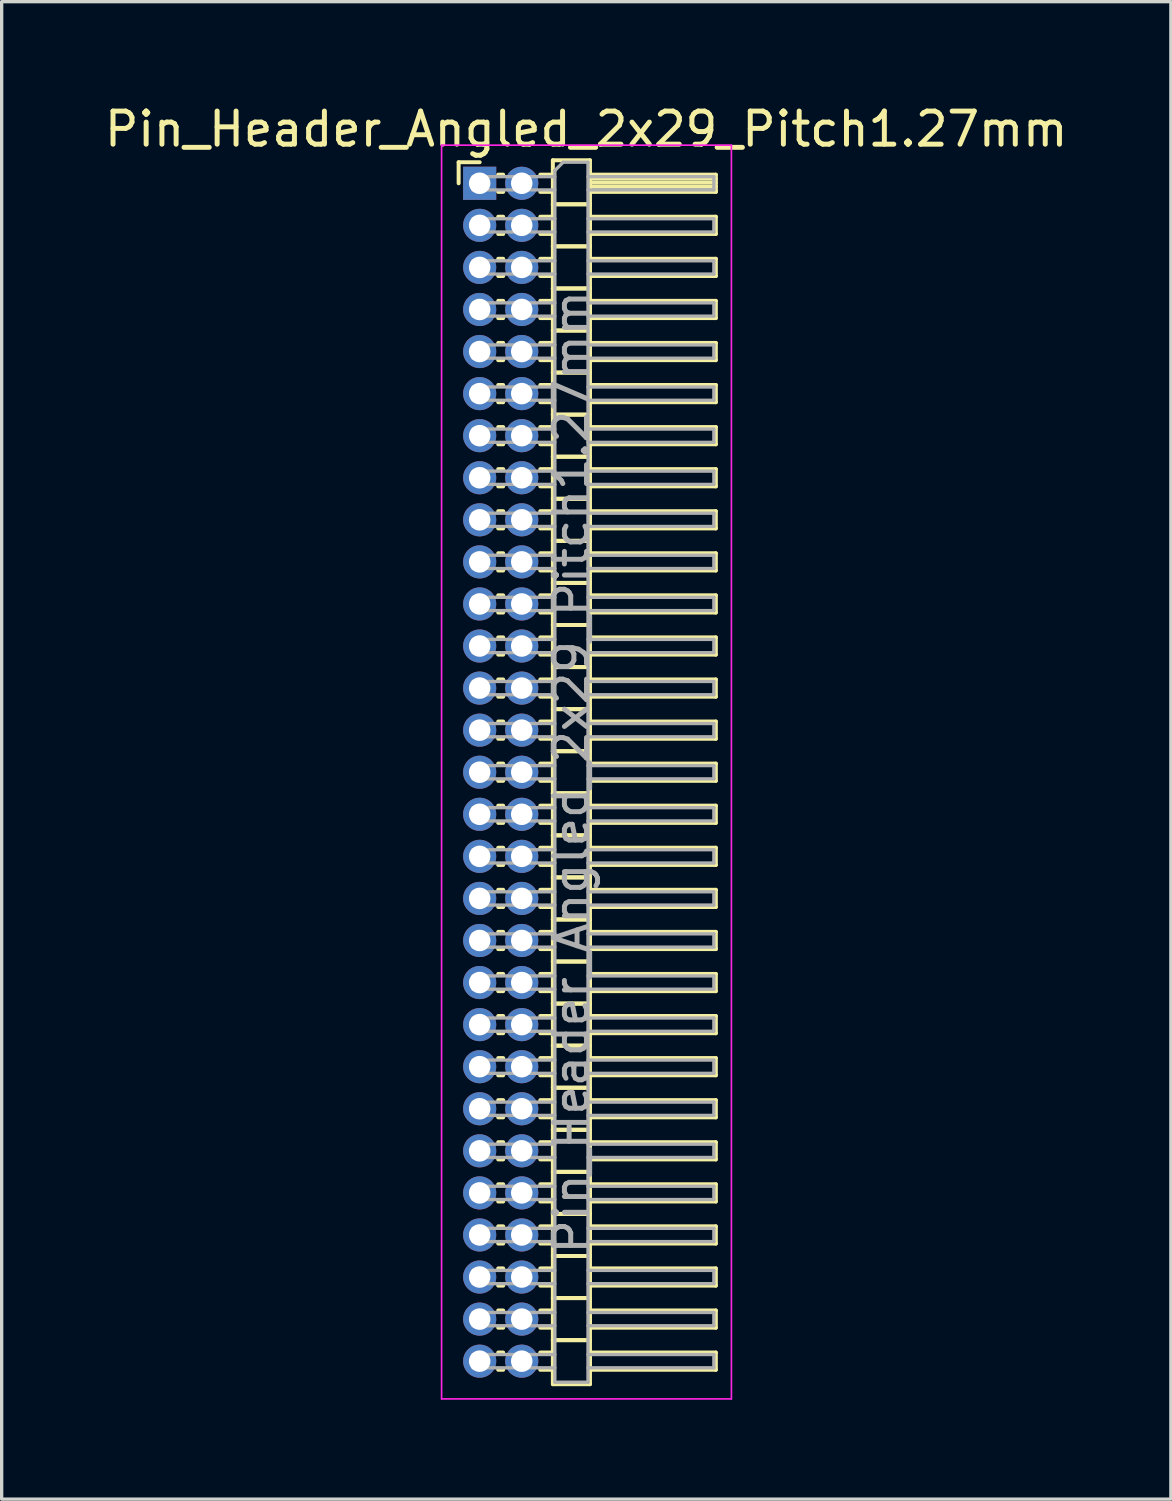
<source format=kicad_pcb>
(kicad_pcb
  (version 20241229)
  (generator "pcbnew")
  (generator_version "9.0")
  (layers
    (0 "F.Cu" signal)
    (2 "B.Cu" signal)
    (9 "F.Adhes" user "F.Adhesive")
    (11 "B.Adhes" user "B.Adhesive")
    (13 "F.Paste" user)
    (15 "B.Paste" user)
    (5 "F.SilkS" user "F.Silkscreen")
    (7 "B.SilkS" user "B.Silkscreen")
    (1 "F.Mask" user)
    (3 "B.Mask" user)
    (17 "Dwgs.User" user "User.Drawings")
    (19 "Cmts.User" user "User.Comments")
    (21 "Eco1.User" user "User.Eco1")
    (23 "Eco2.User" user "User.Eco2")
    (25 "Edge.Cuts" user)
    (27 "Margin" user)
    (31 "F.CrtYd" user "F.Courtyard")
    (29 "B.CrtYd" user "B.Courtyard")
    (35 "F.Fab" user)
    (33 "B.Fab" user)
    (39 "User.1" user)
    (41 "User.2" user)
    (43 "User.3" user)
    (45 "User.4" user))
  (footprint "Pin_Header_Angled_2x29_Pitch1.27mm"
    (layer "F.Cu")
    (at 11.431 2.483)
    (property "Reference" "Pin_Header_Angled_2x29_Pitch1.27mm" (at 3.217 -1.635 0) (layer "F.SilkS") (effects (font (size 1 1) (thickness 0.15))))
    (attr through_hole)
    (fp_line (start -0.635 -0.635) (end 0 -0.635) (stroke (width 0.12) (type solid)) (layer "F.SilkS"))
    (fp_line (start -0.635 0) (end -0.635 -0.635) (stroke (width 0.12) (type solid)) (layer "F.SilkS"))
    (fp_line (start 0.56 -0.26) (end 0.71 -0.26) (stroke (width 0.12) (type solid)) (layer "F.SilkS"))
    (fp_line (start 0.56 0.26) (end 0.71 0.26) (stroke (width 0.12) (type solid)) (layer "F.SilkS"))
    (fp_line (start 0.56 1.01) (end 0.71 1.01) (stroke (width 0.12) (type solid)) (layer "F.SilkS"))
    (fp_line (start 0.56 1.53) (end 0.71 1.53) (stroke (width 0.12) (type solid)) (layer "F.SilkS"))
    (fp_line (start 0.56 2.28) (end 0.71 2.28) (stroke (width 0.12) (type solid)) (layer "F.SilkS"))
    (fp_line (start 0.56 2.8) (end 0.71 2.8) (stroke (width 0.12) (type solid)) (layer "F.SilkS"))
    (fp_line (start 0.56 3.55) (end 0.71 3.55) (stroke (width 0.12) (type solid)) (layer "F.SilkS"))
    (fp_line (start 0.56 4.07) (end 0.71 4.07) (stroke (width 0.12) (type solid)) (layer "F.SilkS"))
    (fp_line (start 0.56 4.82) (end 0.71 4.82) (stroke (width 0.12) (type solid)) (layer "F.SilkS"))
    (fp_line (start 0.56 5.34) (end 0.71 5.34) (stroke (width 0.12) (type solid)) (layer "F.SilkS"))
    (fp_line (start 0.56 6.09) (end 0.71 6.09) (stroke (width 0.12) (type solid)) (layer "F.SilkS"))
    (fp_line (start 0.56 6.61) (end 0.71 6.61) (stroke (width 0.12) (type solid)) (layer "F.SilkS"))
    (fp_line (start 0.56 7.36) (end 0.71 7.36) (stroke (width 0.12) (type solid)) (layer "F.SilkS"))
    (fp_line (start 0.56 7.88) (end 0.71 7.88) (stroke (width 0.12) (type solid)) (layer "F.SilkS"))
    (fp_line (start 0.56 8.63) (end 0.71 8.63) (stroke (width 0.12) (type solid)) (layer "F.SilkS"))
    (fp_line (start 0.56 9.15) (end 0.71 9.15) (stroke (width 0.12) (type solid)) (layer "F.SilkS"))
    (fp_line (start 0.56 9.9) (end 0.71 9.9) (stroke (width 0.12) (type solid)) (layer "F.SilkS"))
    (fp_line (start 0.56 10.42) (end 0.71 10.42) (stroke (width 0.12) (type solid)) (layer "F.SilkS"))
    (fp_line (start 0.56 11.17) (end 0.71 11.17) (stroke (width 0.12) (type solid)) (layer "F.SilkS"))
    (fp_line (start 0.56 11.69) (end 0.71 11.69) (stroke (width 0.12) (type solid)) (layer "F.SilkS"))
    (fp_line (start 0.56 12.44) (end 0.71 12.44) (stroke (width 0.12) (type solid)) (layer "F.SilkS"))
    (fp_line (start 0.56 12.96) (end 0.71 12.96) (stroke (width 0.12) (type solid)) (layer "F.SilkS"))
    (fp_line (start 0.56 13.71) (end 0.71 13.71) (stroke (width 0.12) (type solid)) (layer "F.SilkS"))
    (fp_line (start 0.56 14.23) (end 0.71 14.23) (stroke (width 0.12) (type solid)) (layer "F.SilkS"))
    (fp_line (start 0.56 14.98) (end 0.71 14.98) (stroke (width 0.12) (type solid)) (layer "F.SilkS"))
    (fp_line (start 0.56 15.5) (end 0.71 15.5) (stroke (width 0.12) (type solid)) (layer "F.SilkS"))
    (fp_line (start 0.56 16.25) (end 0.71 16.25) (stroke (width 0.12) (type solid)) (layer "F.SilkS"))
    (fp_line (start 0.56 16.77) (end 0.71 16.77) (stroke (width 0.12) (type solid)) (layer "F.SilkS"))
    (fp_line (start 0.56 17.52) (end 0.71 17.52) (stroke (width 0.12) (type solid)) (layer "F.SilkS"))
    (fp_line (start 0.56 18.04) (end 0.71 18.04) (stroke (width 0.12) (type solid)) (layer "F.SilkS"))
    (fp_line (start 0.56 18.79) (end 0.71 18.79) (stroke (width 0.12) (type solid)) (layer "F.SilkS"))
    (fp_line (start 0.56 19.31) (end 0.71 19.31) (stroke (width 0.12) (type solid)) (layer "F.SilkS"))
    (fp_line (start 0.56 20.06) (end 0.71 20.06) (stroke (width 0.12) (type solid)) (layer "F.SilkS"))
    (fp_line (start 0.56 20.58) (end 0.71 20.58) (stroke (width 0.12) (type solid)) (layer "F.SilkS"))
    (fp_line (start 0.56 21.33) (end 0.71 21.33) (stroke (width 0.12) (type solid)) (layer "F.SilkS"))
    (fp_line (start 0.56 21.85) (end 0.71 21.85) (stroke (width 0.12) (type solid)) (layer "F.SilkS"))
    (fp_line (start 0.56 22.6) (end 0.71 22.6) (stroke (width 0.12) (type solid)) (layer "F.SilkS"))
    (fp_line (start 0.56 23.12) (end 0.71 23.12) (stroke (width 0.12) (type solid)) (layer "F.SilkS"))
    (fp_line (start 0.56 23.87) (end 0.71 23.87) (stroke (width 0.12) (type solid)) (layer "F.SilkS"))
    (fp_line (start 0.56 24.39) (end 0.71 24.39) (stroke (width 0.12) (type solid)) (layer "F.SilkS"))
    (fp_line (start 0.56 25.14) (end 0.71 25.14) (stroke (width 0.12) (type solid)) (layer "F.SilkS"))
    (fp_line (start 0.56 25.66) (end 0.71 25.66) (stroke (width 0.12) (type solid)) (layer "F.SilkS"))
    (fp_line (start 0.56 26.41) (end 0.71 26.41) (stroke (width 0.12) (type solid)) (layer "F.SilkS"))
    (fp_line (start 0.56 26.93) (end 0.71 26.93) (stroke (width 0.12) (type solid)) (layer "F.SilkS"))
    (fp_line (start 0.56 27.68) (end 0.71 27.68) (stroke (width 0.12) (type solid)) (layer "F.SilkS"))
    (fp_line (start 0.56 28.2) (end 0.71 28.2) (stroke (width 0.12) (type solid)) (layer "F.SilkS"))
    (fp_line (start 0.56 28.95) (end 0.71 28.95) (stroke (width 0.12) (type solid)) (layer "F.SilkS"))
    (fp_line (start 0.56 29.47) (end 0.71 29.47) (stroke (width 0.12) (type solid)) (layer "F.SilkS"))
    (fp_line (start 0.56 30.22) (end 0.71 30.22) (stroke (width 0.12) (type solid)) (layer "F.SilkS"))
    (fp_line (start 0.56 30.74) (end 0.71 30.74) (stroke (width 0.12) (type solid)) (layer "F.SilkS"))
    (fp_line (start 0.56 31.49) (end 0.71 31.49) (stroke (width 0.12) (type solid)) (layer "F.SilkS"))
    (fp_line (start 0.56 32.01) (end 0.71 32.01) (stroke (width 0.12) (type solid)) (layer "F.SilkS"))
    (fp_line (start 0.56 32.76) (end 0.71 32.76) (stroke (width 0.12) (type solid)) (layer "F.SilkS"))
    (fp_line (start 0.56 33.28) (end 0.71 33.28) (stroke (width 0.12) (type solid)) (layer "F.SilkS"))
    (fp_line (start 0.56 34.03) (end 0.71 34.03) (stroke (width 0.12) (type solid)) (layer "F.SilkS"))
    (fp_line (start 0.56 34.55) (end 0.71 34.55) (stroke (width 0.12) (type solid)) (layer "F.SilkS"))
    (fp_line (start 0.56 35.3) (end 0.71 35.3) (stroke (width 0.12) (type solid)) (layer "F.SilkS"))
    (fp_line (start 0.56 35.82) (end 0.71 35.82) (stroke (width 0.12) (type solid)) (layer "F.SilkS"))
    (fp_line (start 1.83 -0.26) (end 2.21 -0.26) (stroke (width 0.12) (type solid)) (layer "F.SilkS"))
    (fp_line (start 1.83 0.26) (end 2.21 0.26) (stroke (width 0.12) (type solid)) (layer "F.SilkS"))
    (fp_line (start 1.83 1.01) (end 2.21 1.01) (stroke (width 0.12) (type solid)) (layer "F.SilkS"))
    (fp_line (start 1.83 1.53) (end 2.21 1.53) (stroke (width 0.12) (type solid)) (layer "F.SilkS"))
    (fp_line (start 1.83 2.28) (end 2.21 2.28) (stroke (width 0.12) (type solid)) (layer "F.SilkS"))
    (fp_line (start 1.83 2.8) (end 2.21 2.8) (stroke (width 0.12) (type solid)) (layer "F.SilkS"))
    (fp_line (start 1.83 3.55) (end 2.21 3.55) (stroke (width 0.12) (type solid)) (layer "F.SilkS"))
    (fp_line (start 1.83 4.07) (end 2.21 4.07) (stroke (width 0.12) (type solid)) (layer "F.SilkS"))
    (fp_line (start 1.83 4.82) (end 2.21 4.82) (stroke (width 0.12) (type solid)) (layer "F.SilkS"))
    (fp_line (start 1.83 5.34) (end 2.21 5.34) (stroke (width 0.12) (type solid)) (layer "F.SilkS"))
    (fp_line (start 1.83 6.09) (end 2.21 6.09) (stroke (width 0.12) (type solid)) (layer "F.SilkS"))
    (fp_line (start 1.83 6.61) (end 2.21 6.61) (stroke (width 0.12) (type solid)) (layer "F.SilkS"))
    (fp_line (start 1.83 7.36) (end 2.21 7.36) (stroke (width 0.12) (type solid)) (layer "F.SilkS"))
    (fp_line (start 1.83 7.88) (end 2.21 7.88) (stroke (width 0.12) (type solid)) (layer "F.SilkS"))
    (fp_line (start 1.83 8.63) (end 2.21 8.63) (stroke (width 0.12) (type solid)) (layer "F.SilkS"))
    (fp_line (start 1.83 9.15) (end 2.21 9.15) (stroke (width 0.12) (type solid)) (layer "F.SilkS"))
    (fp_line (start 1.83 9.9) (end 2.21 9.9) (stroke (width 0.12) (type solid)) (layer "F.SilkS"))
    (fp_line (start 1.83 10.42) (end 2.21 10.42) (stroke (width 0.12) (type solid)) (layer "F.SilkS"))
    (fp_line (start 1.83 11.17) (end 2.21 11.17) (stroke (width 0.12) (type solid)) (layer "F.SilkS"))
    (fp_line (start 1.83 11.69) (end 2.21 11.69) (stroke (width 0.12) (type solid)) (layer "F.SilkS"))
    (fp_line (start 1.83 12.44) (end 2.21 12.44) (stroke (width 0.12) (type solid)) (layer "F.SilkS"))
    (fp_line (start 1.83 12.96) (end 2.21 12.96) (stroke (width 0.12) (type solid)) (layer "F.SilkS"))
    (fp_line (start 1.83 13.71) (end 2.21 13.71) (stroke (width 0.12) (type solid)) (layer "F.SilkS"))
    (fp_line (start 1.83 14.23) (end 2.21 14.23) (stroke (width 0.12) (type solid)) (layer "F.SilkS"))
    (fp_line (start 1.83 14.98) (end 2.21 14.98) (stroke (width 0.12) (type solid)) (layer "F.SilkS"))
    (fp_line (start 1.83 15.5) (end 2.21 15.5) (stroke (width 0.12) (type solid)) (layer "F.SilkS"))
    (fp_line (start 1.83 16.25) (end 2.21 16.25) (stroke (width 0.12) (type solid)) (layer "F.SilkS"))
    (fp_line (start 1.83 16.77) (end 2.21 16.77) (stroke (width 0.12) (type solid)) (layer "F.SilkS"))
    (fp_line (start 1.83 17.52) (end 2.21 17.52) (stroke (width 0.12) (type solid)) (layer "F.SilkS"))
    (fp_line (start 1.83 18.04) (end 2.21 18.04) (stroke (width 0.12) (type solid)) (layer "F.SilkS"))
    (fp_line (start 1.83 18.79) (end 2.21 18.79) (stroke (width 0.12) (type solid)) (layer "F.SilkS"))
    (fp_line (start 1.83 19.31) (end 2.21 19.31) (stroke (width 0.12) (type solid)) (layer "F.SilkS"))
    (fp_line (start 1.83 20.06) (end 2.21 20.06) (stroke (width 0.12) (type solid)) (layer "F.SilkS"))
    (fp_line (start 1.83 20.58) (end 2.21 20.58) (stroke (width 0.12) (type solid)) (layer "F.SilkS"))
    (fp_line (start 1.83 21.33) (end 2.21 21.33) (stroke (width 0.12) (type solid)) (layer "F.SilkS"))
    (fp_line (start 1.83 21.85) (end 2.21 21.85) (stroke (width 0.12) (type solid)) (layer "F.SilkS"))
    (fp_line (start 1.83 22.6) (end 2.21 22.6) (stroke (width 0.12) (type solid)) (layer "F.SilkS"))
    (fp_line (start 1.83 23.12) (end 2.21 23.12) (stroke (width 0.12) (type solid)) (layer "F.SilkS"))
    (fp_line (start 1.83 23.87) (end 2.21 23.87) (stroke (width 0.12) (type solid)) (layer "F.SilkS"))
    (fp_line (start 1.83 24.39) (end 2.21 24.39) (stroke (width 0.12) (type solid)) (layer "F.SilkS"))
    (fp_line (start 1.83 25.14) (end 2.21 25.14) (stroke (width 0.12) (type solid)) (layer "F.SilkS"))
    (fp_line (start 1.83 25.66) (end 2.21 25.66) (stroke (width 0.12) (type solid)) (layer "F.SilkS"))
    (fp_line (start 1.83 26.41) (end 2.21 26.41) (stroke (width 0.12) (type solid)) (layer "F.SilkS"))
    (fp_line (start 1.83 26.93) (end 2.21 26.93) (stroke (width 0.12) (type solid)) (layer "F.SilkS"))
    (fp_line (start 1.83 27.68) (end 2.21 27.68) (stroke (width 0.12) (type solid)) (layer "F.SilkS"))
    (fp_line (start 1.83 28.2) (end 2.21 28.2) (stroke (width 0.12) (type solid)) (layer "F.SilkS"))
    (fp_line (start 1.83 28.95) (end 2.21 28.95) (stroke (width 0.12) (type solid)) (layer "F.SilkS"))
    (fp_line (start 1.83 29.47) (end 2.21 29.47) (stroke (width 0.12) (type solid)) (layer "F.SilkS"))
    (fp_line (start 1.83 30.22) (end 2.21 30.22) (stroke (width 0.12) (type solid)) (layer "F.SilkS"))
    (fp_line (start 1.83 30.74) (end 2.21 30.74) (stroke (width 0.12) (type solid)) (layer "F.SilkS"))
    (fp_line (start 1.83 31.49) (end 2.21 31.49) (stroke (width 0.12) (type solid)) (layer "F.SilkS"))
    (fp_line (start 1.83 32.01) (end 2.21 32.01) (stroke (width 0.12) (type solid)) (layer "F.SilkS"))
    (fp_line (start 1.83 32.76) (end 2.21 32.76) (stroke (width 0.12) (type solid)) (layer "F.SilkS"))
    (fp_line (start 1.83 33.28) (end 2.21 33.28) (stroke (width 0.12) (type solid)) (layer "F.SilkS"))
    (fp_line (start 1.83 34.03) (end 2.21 34.03) (stroke (width 0.12) (type solid)) (layer "F.SilkS"))
    (fp_line (start 1.83 34.55) (end 2.21 34.55) (stroke (width 0.12) (type solid)) (layer "F.SilkS"))
    (fp_line (start 1.83 35.3) (end 2.21 35.3) (stroke (width 0.12) (type solid)) (layer "F.SilkS"))
    (fp_line (start 1.83 35.82) (end 2.21 35.82) (stroke (width 0.12) (type solid)) (layer "F.SilkS"))
    (fp_line (start 2.21 -0.695) (end 2.21 0.635) (stroke (width 0.12) (type solid)) (layer "F.SilkS"))
    (fp_line (start 2.21 0.635) (end 2.21 1.905) (stroke (width 0.12) (type solid)) (layer "F.SilkS"))
    (fp_line (start 2.21 0.635) (end 3.33 0.635) (stroke (width 0.12) (type solid)) (layer "F.SilkS"))
    (fp_line (start 2.21 1.905) (end 2.21 3.175) (stroke (width 0.12) (type solid)) (layer "F.SilkS"))
    (fp_line (start 2.21 1.905) (end 3.33 1.905) (stroke (width 0.12) (type solid)) (layer "F.SilkS"))
    (fp_line (start 2.21 3.175) (end 2.21 4.445) (stroke (width 0.12) (type solid)) (layer "F.SilkS"))
    (fp_line (start 2.21 3.175) (end 3.33 3.175) (stroke (width 0.12) (type solid)) (layer "F.SilkS"))
    (fp_line (start 2.21 4.445) (end 2.21 5.715) (stroke (width 0.12) (type solid)) (layer "F.SilkS"))
    (fp_line (start 2.21 4.445) (end 3.33 4.445) (stroke (width 0.12) (type solid)) (layer "F.SilkS"))
    (fp_line (start 2.21 5.715) (end 2.21 6.985) (stroke (width 0.12) (type solid)) (layer "F.SilkS"))
    (fp_line (start 2.21 5.715) (end 3.33 5.715) (stroke (width 0.12) (type solid)) (layer "F.SilkS"))
    (fp_line (start 2.21 6.985) (end 2.21 8.255) (stroke (width 0.12) (type solid)) (layer "F.SilkS"))
    (fp_line (start 2.21 6.985) (end 3.33 6.985) (stroke (width 0.12) (type solid)) (layer "F.SilkS"))
    (fp_line (start 2.21 8.255) (end 2.21 9.525) (stroke (width 0.12) (type solid)) (layer "F.SilkS"))
    (fp_line (start 2.21 8.255) (end 3.33 8.255) (stroke (width 0.12) (type solid)) (layer "F.SilkS"))
    (fp_line (start 2.21 9.525) (end 2.21 10.795) (stroke (width 0.12) (type solid)) (layer "F.SilkS"))
    (fp_line (start 2.21 9.525) (end 3.33 9.525) (stroke (width 0.12) (type solid)) (layer "F.SilkS"))
    (fp_line (start 2.21 10.795) (end 2.21 12.065) (stroke (width 0.12) (type solid)) (layer "F.SilkS"))
    (fp_line (start 2.21 10.795) (end 3.33 10.795) (stroke (width 0.12) (type solid)) (layer "F.SilkS"))
    (fp_line (start 2.21 12.065) (end 2.21 13.335) (stroke (width 0.12) (type solid)) (layer "F.SilkS"))
    (fp_line (start 2.21 12.065) (end 3.33 12.065) (stroke (width 0.12) (type solid)) (layer "F.SilkS"))
    (fp_line (start 2.21 13.335) (end 2.21 14.605) (stroke (width 0.12) (type solid)) (layer "F.SilkS"))
    (fp_line (start 2.21 13.335) (end 3.33 13.335) (stroke (width 0.12) (type solid)) (layer "F.SilkS"))
    (fp_line (start 2.21 14.605) (end 2.21 15.875) (stroke (width 0.12) (type solid)) (layer "F.SilkS"))
    (fp_line (start 2.21 14.605) (end 3.33 14.605) (stroke (width 0.12) (type solid)) (layer "F.SilkS"))
    (fp_line (start 2.21 15.875) (end 2.21 17.145) (stroke (width 0.12) (type solid)) (layer "F.SilkS"))
    (fp_line (start 2.21 15.875) (end 3.33 15.875) (stroke (width 0.12) (type solid)) (layer "F.SilkS"))
    (fp_line (start 2.21 17.145) (end 2.21 18.415) (stroke (width 0.12) (type solid)) (layer "F.SilkS"))
    (fp_line (start 2.21 17.145) (end 3.33 17.145) (stroke (width 0.12) (type solid)) (layer "F.SilkS"))
    (fp_line (start 2.21 18.415) (end 2.21 19.685) (stroke (width 0.12) (type solid)) (layer "F.SilkS"))
    (fp_line (start 2.21 18.415) (end 3.33 18.415) (stroke (width 0.12) (type solid)) (layer "F.SilkS"))
    (fp_line (start 2.21 19.685) (end 2.21 20.955) (stroke (width 0.12) (type solid)) (layer "F.SilkS"))
    (fp_line (start 2.21 19.685) (end 3.33 19.685) (stroke (width 0.12) (type solid)) (layer "F.SilkS"))
    (fp_line (start 2.21 20.955) (end 2.21 22.225) (stroke (width 0.12) (type solid)) (layer "F.SilkS"))
    (fp_line (start 2.21 20.955) (end 3.33 20.955) (stroke (width 0.12) (type solid)) (layer "F.SilkS"))
    (fp_line (start 2.21 22.225) (end 2.21 23.495) (stroke (width 0.12) (type solid)) (layer "F.SilkS"))
    (fp_line (start 2.21 22.225) (end 3.33 22.225) (stroke (width 0.12) (type solid)) (layer "F.SilkS"))
    (fp_line (start 2.21 23.495) (end 2.21 24.765) (stroke (width 0.12) (type solid)) (layer "F.SilkS"))
    (fp_line (start 2.21 23.495) (end 3.33 23.495) (stroke (width 0.12) (type solid)) (layer "F.SilkS"))
    (fp_line (start 2.21 24.765) (end 2.21 26.035) (stroke (width 0.12) (type solid)) (layer "F.SilkS"))
    (fp_line (start 2.21 24.765) (end 3.33 24.765) (stroke (width 0.12) (type solid)) (layer "F.SilkS"))
    (fp_line (start 2.21 26.035) (end 2.21 27.305) (stroke (width 0.12) (type solid)) (layer "F.SilkS"))
    (fp_line (start 2.21 26.035) (end 3.33 26.035) (stroke (width 0.12) (type solid)) (layer "F.SilkS"))
    (fp_line (start 2.21 27.305) (end 2.21 28.575) (stroke (width 0.12) (type solid)) (layer "F.SilkS"))
    (fp_line (start 2.21 27.305) (end 3.33 27.305) (stroke (width 0.12) (type solid)) (layer "F.SilkS"))
    (fp_line (start 2.21 28.575) (end 2.21 29.845) (stroke (width 0.12) (type solid)) (layer "F.SilkS"))
    (fp_line (start 2.21 28.575) (end 3.33 28.575) (stroke (width 0.12) (type solid)) (layer "F.SilkS"))
    (fp_line (start 2.21 29.845) (end 2.21 31.115) (stroke (width 0.12) (type solid)) (layer "F.SilkS"))
    (fp_line (start 2.21 29.845) (end 3.33 29.845) (stroke (width 0.12) (type solid)) (layer "F.SilkS"))
    (fp_line (start 2.21 31.115) (end 2.21 32.385) (stroke (width 0.12) (type solid)) (layer "F.SilkS"))
    (fp_line (start 2.21 31.115) (end 3.33 31.115) (stroke (width 0.12) (type solid)) (layer "F.SilkS"))
    (fp_line (start 2.21 32.385) (end 2.21 33.655) (stroke (width 0.12) (type solid)) (layer "F.SilkS"))
    (fp_line (start 2.21 32.385) (end 3.33 32.385) (stroke (width 0.12) (type solid)) (layer "F.SilkS"))
    (fp_line (start 2.21 33.655) (end 2.21 34.925) (stroke (width 0.12) (type solid)) (layer "F.SilkS"))
    (fp_line (start 2.21 33.655) (end 3.33 33.655) (stroke (width 0.12) (type solid)) (layer "F.SilkS"))
    (fp_line (start 2.21 34.925) (end 2.21 36.255) (stroke (width 0.12) (type solid)) (layer "F.SilkS"))
    (fp_line (start 2.21 34.925) (end 3.33 34.925) (stroke (width 0.12) (type solid)) (layer "F.SilkS"))
    (fp_line (start 2.21 36.255) (end 3.33 36.255) (stroke (width 0.12) (type solid)) (layer "F.SilkS"))
    (fp_line (start 3.33 -0.695) (end 2.21 -0.695) (stroke (width 0.12) (type solid)) (layer "F.SilkS"))
    (fp_line (start 3.33 -0.26) (end 3.33 0.26) (stroke (width 0.12) (type solid)) (layer "F.SilkS"))
    (fp_line (start 3.33 -0.14) (end 7.13 -0.14) (stroke (width 0.12) (type solid)) (layer "F.SilkS"))
    (fp_line (start 3.33 -0.02) (end 7.13 -0.02) (stroke (width 0.12) (type solid)) (layer "F.SilkS"))
    (fp_line (start 3.33 0.1) (end 7.13 0.1) (stroke (width 0.12) (type solid)) (layer "F.SilkS"))
    (fp_line (start 3.33 0.22) (end 7.13 0.22) (stroke (width 0.12) (type solid)) (layer "F.SilkS"))
    (fp_line (start 3.33 0.26) (end 7.13 0.26) (stroke (width 0.12) (type solid)) (layer "F.SilkS"))
    (fp_line (start 3.33 0.635) (end 2.21 0.635) (stroke (width 0.12) (type solid)) (layer "F.SilkS"))
    (fp_line (start 3.33 0.635) (end 3.33 -0.695) (stroke (width 0.12) (type solid)) (layer "F.SilkS"))
    (fp_line (start 3.33 1.01) (end 3.33 1.53) (stroke (width 0.12) (type solid)) (layer "F.SilkS"))
    (fp_line (start 3.33 1.53) (end 7.13 1.53) (stroke (width 0.12) (type solid)) (layer "F.SilkS"))
    (fp_line (start 3.33 1.905) (end 2.21 1.905) (stroke (width 0.12) (type solid)) (layer "F.SilkS"))
    (fp_line (start 3.33 1.905) (end 3.33 0.635) (stroke (width 0.12) (type solid)) (layer "F.SilkS"))
    (fp_line (start 3.33 2.28) (end 3.33 2.8) (stroke (width 0.12) (type solid)) (layer "F.SilkS"))
    (fp_line (start 3.33 2.8) (end 7.13 2.8) (stroke (width 0.12) (type solid)) (layer "F.SilkS"))
    (fp_line (start 3.33 3.175) (end 2.21 3.175) (stroke (width 0.12) (type solid)) (layer "F.SilkS"))
    (fp_line (start 3.33 3.175) (end 3.33 1.905) (stroke (width 0.12) (type solid)) (layer "F.SilkS"))
    (fp_line (start 3.33 3.55) (end 3.33 4.07) (stroke (width 0.12) (type solid)) (layer "F.SilkS"))
    (fp_line (start 3.33 4.07) (end 7.13 4.07) (stroke (width 0.12) (type solid)) (layer "F.SilkS"))
    (fp_line (start 3.33 4.445) (end 2.21 4.445) (stroke (width 0.12) (type solid)) (layer "F.SilkS"))
    (fp_line (start 3.33 4.445) (end 3.33 3.175) (stroke (width 0.12) (type solid)) (layer "F.SilkS"))
    (fp_line (start 3.33 4.82) (end 3.33 5.34) (stroke (width 0.12) (type solid)) (layer "F.SilkS"))
    (fp_line (start 3.33 5.34) (end 7.13 5.34) (stroke (width 0.12) (type solid)) (layer "F.SilkS"))
    (fp_line (start 3.33 5.715) (end 2.21 5.715) (stroke (width 0.12) (type solid)) (layer "F.SilkS"))
    (fp_line (start 3.33 5.715) (end 3.33 4.445) (stroke (width 0.12) (type solid)) (layer "F.SilkS"))
    (fp_line (start 3.33 6.09) (end 3.33 6.61) (stroke (width 0.12) (type solid)) (layer "F.SilkS"))
    (fp_line (start 3.33 6.61) (end 7.13 6.61) (stroke (width 0.12) (type solid)) (layer "F.SilkS"))
    (fp_line (start 3.33 6.985) (end 2.21 6.985) (stroke (width 0.12) (type solid)) (layer "F.SilkS"))
    (fp_line (start 3.33 6.985) (end 3.33 5.715) (stroke (width 0.12) (type solid)) (layer "F.SilkS"))
    (fp_line (start 3.33 7.36) (end 3.33 7.88) (stroke (width 0.12) (type solid)) (layer "F.SilkS"))
    (fp_line (start 3.33 7.88) (end 7.13 7.88) (stroke (width 0.12) (type solid)) (layer "F.SilkS"))
    (fp_line (start 3.33 8.255) (end 2.21 8.255) (stroke (width 0.12) (type solid)) (layer "F.SilkS"))
    (fp_line (start 3.33 8.255) (end 3.33 6.985) (stroke (width 0.12) (type solid)) (layer "F.SilkS"))
    (fp_line (start 3.33 8.63) (end 3.33 9.15) (stroke (width 0.12) (type solid)) (layer "F.SilkS"))
    (fp_line (start 3.33 9.15) (end 7.13 9.15) (stroke (width 0.12) (type solid)) (layer "F.SilkS"))
    (fp_line (start 3.33 9.525) (end 2.21 9.525) (stroke (width 0.12) (type solid)) (layer "F.SilkS"))
    (fp_line (start 3.33 9.525) (end 3.33 8.255) (stroke (width 0.12) (type solid)) (layer "F.SilkS"))
    (fp_line (start 3.33 9.9) (end 3.33 10.42) (stroke (width 0.12) (type solid)) (layer "F.SilkS"))
    (fp_line (start 3.33 10.42) (end 7.13 10.42) (stroke (width 0.12) (type solid)) (layer "F.SilkS"))
    (fp_line (start 3.33 10.795) (end 2.21 10.795) (stroke (width 0.12) (type solid)) (layer "F.SilkS"))
    (fp_line (start 3.33 10.795) (end 3.33 9.525) (stroke (width 0.12) (type solid)) (layer "F.SilkS"))
    (fp_line (start 3.33 11.17) (end 3.33 11.69) (stroke (width 0.12) (type solid)) (layer "F.SilkS"))
    (fp_line (start 3.33 11.69) (end 7.13 11.69) (stroke (width 0.12) (type solid)) (layer "F.SilkS"))
    (fp_line (start 3.33 12.065) (end 2.21 12.065) (stroke (width 0.12) (type solid)) (layer "F.SilkS"))
    (fp_line (start 3.33 12.065) (end 3.33 10.795) (stroke (width 0.12) (type solid)) (layer "F.SilkS"))
    (fp_line (start 3.33 12.44) (end 3.33 12.96) (stroke (width 0.12) (type solid)) (layer "F.SilkS"))
    (fp_line (start 3.33 12.96) (end 7.13 12.96) (stroke (width 0.12) (type solid)) (layer "F.SilkS"))
    (fp_line (start 3.33 13.335) (end 2.21 13.335) (stroke (width 0.12) (type solid)) (layer "F.SilkS"))
    (fp_line (start 3.33 13.335) (end 3.33 12.065) (stroke (width 0.12) (type solid)) (layer "F.SilkS"))
    (fp_line (start 3.33 13.71) (end 3.33 14.23) (stroke (width 0.12) (type solid)) (layer "F.SilkS"))
    (fp_line (start 3.33 14.23) (end 7.13 14.23) (stroke (width 0.12) (type solid)) (layer "F.SilkS"))
    (fp_line (start 3.33 14.605) (end 2.21 14.605) (stroke (width 0.12) (type solid)) (layer "F.SilkS"))
    (fp_line (start 3.33 14.605) (end 3.33 13.335) (stroke (width 0.12) (type solid)) (layer "F.SilkS"))
    (fp_line (start 3.33 14.98) (end 3.33 15.5) (stroke (width 0.12) (type solid)) (layer "F.SilkS"))
    (fp_line (start 3.33 15.5) (end 7.13 15.5) (stroke (width 0.12) (type solid)) (layer "F.SilkS"))
    (fp_line (start 3.33 15.875) (end 2.21 15.875) (stroke (width 0.12) (type solid)) (layer "F.SilkS"))
    (fp_line (start 3.33 15.875) (end 3.33 14.605) (stroke (width 0.12) (type solid)) (layer "F.SilkS"))
    (fp_line (start 3.33 16.25) (end 3.33 16.77) (stroke (width 0.12) (type solid)) (layer "F.SilkS"))
    (fp_line (start 3.33 16.77) (end 7.13 16.77) (stroke (width 0.12) (type solid)) (layer "F.SilkS"))
    (fp_line (start 3.33 17.145) (end 2.21 17.145) (stroke (width 0.12) (type solid)) (layer "F.SilkS"))
    (fp_line (start 3.33 17.145) (end 3.33 15.875) (stroke (width 0.12) (type solid)) (layer "F.SilkS"))
    (fp_line (start 3.33 17.52) (end 3.33 18.04) (stroke (width 0.12) (type solid)) (layer "F.SilkS"))
    (fp_line (start 3.33 18.04) (end 7.13 18.04) (stroke (width 0.12) (type solid)) (layer "F.SilkS"))
    (fp_line (start 3.33 18.415) (end 2.21 18.415) (stroke (width 0.12) (type solid)) (layer "F.SilkS"))
    (fp_line (start 3.33 18.415) (end 3.33 17.145) (stroke (width 0.12) (type solid)) (layer "F.SilkS"))
    (fp_line (start 3.33 18.79) (end 3.33 19.31) (stroke (width 0.12) (type solid)) (layer "F.SilkS"))
    (fp_line (start 3.33 19.31) (end 7.13 19.31) (stroke (width 0.12) (type solid)) (layer "F.SilkS"))
    (fp_line (start 3.33 19.685) (end 2.21 19.685) (stroke (width 0.12) (type solid)) (layer "F.SilkS"))
    (fp_line (start 3.33 19.685) (end 3.33 18.415) (stroke (width 0.12) (type solid)) (layer "F.SilkS"))
    (fp_line (start 3.33 20.06) (end 3.33 20.58) (stroke (width 0.12) (type solid)) (layer "F.SilkS"))
    (fp_line (start 3.33 20.58) (end 7.13 20.58) (stroke (width 0.12) (type solid)) (layer "F.SilkS"))
    (fp_line (start 3.33 20.955) (end 2.21 20.955) (stroke (width 0.12) (type solid)) (layer "F.SilkS"))
    (fp_line (start 3.33 20.955) (end 3.33 19.685) (stroke (width 0.12) (type solid)) (layer "F.SilkS"))
    (fp_line (start 3.33 21.33) (end 3.33 21.85) (stroke (width 0.12) (type solid)) (layer "F.SilkS"))
    (fp_line (start 3.33 21.85) (end 7.13 21.85) (stroke (width 0.12) (type solid)) (layer "F.SilkS"))
    (fp_line (start 3.33 22.225) (end 2.21 22.225) (stroke (width 0.12) (type solid)) (layer "F.SilkS"))
    (fp_line (start 3.33 22.225) (end 3.33 20.955) (stroke (width 0.12) (type solid)) (layer "F.SilkS"))
    (fp_line (start 3.33 22.6) (end 3.33 23.12) (stroke (width 0.12) (type solid)) (layer "F.SilkS"))
    (fp_line (start 3.33 23.12) (end 7.13 23.12) (stroke (width 0.12) (type solid)) (layer "F.SilkS"))
    (fp_line (start 3.33 23.495) (end 2.21 23.495) (stroke (width 0.12) (type solid)) (layer "F.SilkS"))
    (fp_line (start 3.33 23.495) (end 3.33 22.225) (stroke (width 0.12) (type solid)) (layer "F.SilkS"))
    (fp_line (start 3.33 23.87) (end 3.33 24.39) (stroke (width 0.12) (type solid)) (layer "F.SilkS"))
    (fp_line (start 3.33 24.39) (end 7.13 24.39) (stroke (width 0.12) (type solid)) (layer "F.SilkS"))
    (fp_line (start 3.33 24.765) (end 2.21 24.765) (stroke (width 0.12) (type solid)) (layer "F.SilkS"))
    (fp_line (start 3.33 24.765) (end 3.33 23.495) (stroke (width 0.12) (type solid)) (layer "F.SilkS"))
    (fp_line (start 3.33 25.14) (end 3.33 25.66) (stroke (width 0.12) (type solid)) (layer "F.SilkS"))
    (fp_line (start 3.33 25.66) (end 7.13 25.66) (stroke (width 0.12) (type solid)) (layer "F.SilkS"))
    (fp_line (start 3.33 26.035) (end 2.21 26.035) (stroke (width 0.12) (type solid)) (layer "F.SilkS"))
    (fp_line (start 3.33 26.035) (end 3.33 24.765) (stroke (width 0.12) (type solid)) (layer "F.SilkS"))
    (fp_line (start 3.33 26.41) (end 3.33 26.93) (stroke (width 0.12) (type solid)) (layer "F.SilkS"))
    (fp_line (start 3.33 26.93) (end 7.13 26.93) (stroke (width 0.12) (type solid)) (layer "F.SilkS"))
    (fp_line (start 3.33 27.305) (end 2.21 27.305) (stroke (width 0.12) (type solid)) (layer "F.SilkS"))
    (fp_line (start 3.33 27.305) (end 3.33 26.035) (stroke (width 0.12) (type solid)) (layer "F.SilkS"))
    (fp_line (start 3.33 27.68) (end 3.33 28.2) (stroke (width 0.12) (type solid)) (layer "F.SilkS"))
    (fp_line (start 3.33 28.2) (end 7.13 28.2) (stroke (width 0.12) (type solid)) (layer "F.SilkS"))
    (fp_line (start 3.33 28.575) (end 2.21 28.575) (stroke (width 0.12) (type solid)) (layer "F.SilkS"))
    (fp_line (start 3.33 28.575) (end 3.33 27.305) (stroke (width 0.12) (type solid)) (layer "F.SilkS"))
    (fp_line (start 3.33 28.95) (end 3.33 29.47) (stroke (width 0.12) (type solid)) (layer "F.SilkS"))
    (fp_line (start 3.33 29.47) (end 7.13 29.47) (stroke (width 0.12) (type solid)) (layer "F.SilkS"))
    (fp_line (start 3.33 29.845) (end 2.21 29.845) (stroke (width 0.12) (type solid)) (layer "F.SilkS"))
    (fp_line (start 3.33 29.845) (end 3.33 28.575) (stroke (width 0.12) (type solid)) (layer "F.SilkS"))
    (fp_line (start 3.33 30.22) (end 3.33 30.74) (stroke (width 0.12) (type solid)) (layer "F.SilkS"))
    (fp_line (start 3.33 30.74) (end 7.13 30.74) (stroke (width 0.12) (type solid)) (layer "F.SilkS"))
    (fp_line (start 3.33 31.115) (end 2.21 31.115) (stroke (width 0.12) (type solid)) (layer "F.SilkS"))
    (fp_line (start 3.33 31.115) (end 3.33 29.845) (stroke (width 0.12) (type solid)) (layer "F.SilkS"))
    (fp_line (start 3.33 31.49) (end 3.33 32.01) (stroke (width 0.12) (type solid)) (layer "F.SilkS"))
    (fp_line (start 3.33 32.01) (end 7.13 32.01) (stroke (width 0.12) (type solid)) (layer "F.SilkS"))
    (fp_line (start 3.33 32.385) (end 2.21 32.385) (stroke (width 0.12) (type solid)) (layer "F.SilkS"))
    (fp_line (start 3.33 32.385) (end 3.33 31.115) (stroke (width 0.12) (type solid)) (layer "F.SilkS"))
    (fp_line (start 3.33 32.76) (end 3.33 33.28) (stroke (width 0.12) (type solid)) (layer "F.SilkS"))
    (fp_line (start 3.33 33.28) (end 7.13 33.28) (stroke (width 0.12) (type solid)) (layer "F.SilkS"))
    (fp_line (start 3.33 33.655) (end 2.21 33.655) (stroke (width 0.12) (type solid)) (layer "F.SilkS"))
    (fp_line (start 3.33 33.655) (end 3.33 32.385) (stroke (width 0.12) (type solid)) (layer "F.SilkS"))
    (fp_line (start 3.33 34.03) (end 3.33 34.55) (stroke (width 0.12) (type solid)) (layer "F.SilkS"))
    (fp_line (start 3.33 34.55) (end 7.13 34.55) (stroke (width 0.12) (type solid)) (layer "F.SilkS"))
    (fp_line (start 3.33 34.925) (end 2.21 34.925) (stroke (width 0.12) (type solid)) (layer "F.SilkS"))
    (fp_line (start 3.33 34.925) (end 3.33 33.655) (stroke (width 0.12) (type solid)) (layer "F.SilkS"))
    (fp_line (start 3.33 35.3) (end 3.33 35.82) (stroke (width 0.12) (type solid)) (layer "F.SilkS"))
    (fp_line (start 3.33 35.82) (end 7.13 35.82) (stroke (width 0.12) (type solid)) (layer "F.SilkS"))
    (fp_line (start 3.33 36.255) (end 3.33 34.925) (stroke (width 0.12) (type solid)) (layer "F.SilkS"))
    (fp_line (start 7.13 -0.26) (end 3.33 -0.26) (stroke (width 0.12) (type solid)) (layer "F.SilkS"))
    (fp_line (start 7.13 0.26) (end 7.13 -0.26) (stroke (width 0.12) (type solid)) (layer "F.SilkS"))
    (fp_line (start 7.13 1.01) (end 3.33 1.01) (stroke (width 0.12) (type solid)) (layer "F.SilkS"))
    (fp_line (start 7.13 1.53) (end 7.13 1.01) (stroke (width 0.12) (type solid)) (layer "F.SilkS"))
    (fp_line (start 7.13 2.28) (end 3.33 2.28) (stroke (width 0.12) (type solid)) (layer "F.SilkS"))
    (fp_line (start 7.13 2.8) (end 7.13 2.28) (stroke (width 0.12) (type solid)) (layer "F.SilkS"))
    (fp_line (start 7.13 3.55) (end 3.33 3.55) (stroke (width 0.12) (type solid)) (layer "F.SilkS"))
    (fp_line (start 7.13 4.07) (end 7.13 3.55) (stroke (width 0.12) (type solid)) (layer "F.SilkS"))
    (fp_line (start 7.13 4.82) (end 3.33 4.82) (stroke (width 0.12) (type solid)) (layer "F.SilkS"))
    (fp_line (start 7.13 5.34) (end 7.13 4.82) (stroke (width 0.12) (type solid)) (layer "F.SilkS"))
    (fp_line (start 7.13 6.09) (end 3.33 6.09) (stroke (width 0.12) (type solid)) (layer "F.SilkS"))
    (fp_line (start 7.13 6.61) (end 7.13 6.09) (stroke (width 0.12) (type solid)) (layer "F.SilkS"))
    (fp_line (start 7.13 7.36) (end 3.33 7.36) (stroke (width 0.12) (type solid)) (layer "F.SilkS"))
    (fp_line (start 7.13 7.88) (end 7.13 7.36) (stroke (width 0.12) (type solid)) (layer "F.SilkS"))
    (fp_line (start 7.13 8.63) (end 3.33 8.63) (stroke (width 0.12) (type solid)) (layer "F.SilkS"))
    (fp_line (start 7.13 9.15) (end 7.13 8.63) (stroke (width 0.12) (type solid)) (layer "F.SilkS"))
    (fp_line (start 7.13 9.9) (end 3.33 9.9) (stroke (width 0.12) (type solid)) (layer "F.SilkS"))
    (fp_line (start 7.13 10.42) (end 7.13 9.9) (stroke (width 0.12) (type solid)) (layer "F.SilkS"))
    (fp_line (start 7.13 11.17) (end 3.33 11.17) (stroke (width 0.12) (type solid)) (layer "F.SilkS"))
    (fp_line (start 7.13 11.69) (end 7.13 11.17) (stroke (width 0.12) (type solid)) (layer "F.SilkS"))
    (fp_line (start 7.13 12.44) (end 3.33 12.44) (stroke (width 0.12) (type solid)) (layer "F.SilkS"))
    (fp_line (start 7.13 12.96) (end 7.13 12.44) (stroke (width 0.12) (type solid)) (layer "F.SilkS"))
    (fp_line (start 7.13 13.71) (end 3.33 13.71) (stroke (width 0.12) (type solid)) (layer "F.SilkS"))
    (fp_line (start 7.13 14.23) (end 7.13 13.71) (stroke (width 0.12) (type solid)) (layer "F.SilkS"))
    (fp_line (start 7.13 14.98) (end 3.33 14.98) (stroke (width 0.12) (type solid)) (layer "F.SilkS"))
    (fp_line (start 7.13 15.5) (end 7.13 14.98) (stroke (width 0.12) (type solid)) (layer "F.SilkS"))
    (fp_line (start 7.13 16.25) (end 3.33 16.25) (stroke (width 0.12) (type solid)) (layer "F.SilkS"))
    (fp_line (start 7.13 16.77) (end 7.13 16.25) (stroke (width 0.12) (type solid)) (layer "F.SilkS"))
    (fp_line (start 7.13 17.52) (end 3.33 17.52) (stroke (width 0.12) (type solid)) (layer "F.SilkS"))
    (fp_line (start 7.13 18.04) (end 7.13 17.52) (stroke (width 0.12) (type solid)) (layer "F.SilkS"))
    (fp_line (start 7.13 18.79) (end 3.33 18.79) (stroke (width 0.12) (type solid)) (layer "F.SilkS"))
    (fp_line (start 7.13 19.31) (end 7.13 18.79) (stroke (width 0.12) (type solid)) (layer "F.SilkS"))
    (fp_line (start 7.13 20.06) (end 3.33 20.06) (stroke (width 0.12) (type solid)) (layer "F.SilkS"))
    (fp_line (start 7.13 20.58) (end 7.13 20.06) (stroke (width 0.12) (type solid)) (layer "F.SilkS"))
    (fp_line (start 7.13 21.33) (end 3.33 21.33) (stroke (width 0.12) (type solid)) (layer "F.SilkS"))
    (fp_line (start 7.13 21.85) (end 7.13 21.33) (stroke (width 0.12) (type solid)) (layer "F.SilkS"))
    (fp_line (start 7.13 22.6) (end 3.33 22.6) (stroke (width 0.12) (type solid)) (layer "F.SilkS"))
    (fp_line (start 7.13 23.12) (end 7.13 22.6) (stroke (width 0.12) (type solid)) (layer "F.SilkS"))
    (fp_line (start 7.13 23.87) (end 3.33 23.87) (stroke (width 0.12) (type solid)) (layer "F.SilkS"))
    (fp_line (start 7.13 24.39) (end 7.13 23.87) (stroke (width 0.12) (type solid)) (layer "F.SilkS"))
    (fp_line (start 7.13 25.14) (end 3.33 25.14) (stroke (width 0.12) (type solid)) (layer "F.SilkS"))
    (fp_line (start 7.13 25.66) (end 7.13 25.14) (stroke (width 0.12) (type solid)) (layer "F.SilkS"))
    (fp_line (start 7.13 26.41) (end 3.33 26.41) (stroke (width 0.12) (type solid)) (layer "F.SilkS"))
    (fp_line (start 7.13 26.93) (end 7.13 26.41) (stroke (width 0.12) (type solid)) (layer "F.SilkS"))
    (fp_line (start 7.13 27.68) (end 3.33 27.68) (stroke (width 0.12) (type solid)) (layer "F.SilkS"))
    (fp_line (start 7.13 28.2) (end 7.13 27.68) (stroke (width 0.12) (type solid)) (layer "F.SilkS"))
    (fp_line (start 7.13 28.95) (end 3.33 28.95) (stroke (width 0.12) (type solid)) (layer "F.SilkS"))
    (fp_line (start 7.13 29.47) (end 7.13 28.95) (stroke (width 0.12) (type solid)) (layer "F.SilkS"))
    (fp_line (start 7.13 30.22) (end 3.33 30.22) (stroke (width 0.12) (type solid)) (layer "F.SilkS"))
    (fp_line (start 7.13 30.74) (end 7.13 30.22) (stroke (width 0.12) (type solid)) (layer "F.SilkS"))
    (fp_line (start 7.13 31.49) (end 3.33 31.49) (stroke (width 0.12) (type solid)) (layer "F.SilkS"))
    (fp_line (start 7.13 32.01) (end 7.13 31.49) (stroke (width 0.12) (type solid)) (layer "F.SilkS"))
    (fp_line (start 7.13 32.76) (end 3.33 32.76) (stroke (width 0.12) (type solid)) (layer "F.SilkS"))
    (fp_line (start 7.13 33.28) (end 7.13 32.76) (stroke (width 0.12) (type solid)) (layer "F.SilkS"))
    (fp_line (start 7.13 34.03) (end 3.33 34.03) (stroke (width 0.12) (type solid)) (layer "F.SilkS"))
    (fp_line (start 7.13 34.55) (end 7.13 34.03) (stroke (width 0.12) (type solid)) (layer "F.SilkS"))
    (fp_line (start 7.13 35.3) (end 3.33 35.3) (stroke (width 0.12) (type solid)) (layer "F.SilkS"))
    (fp_line (start 7.13 35.82) (end 7.13 35.3) (stroke (width 0.12) (type solid)) (layer "F.SilkS"))
    (fp_line (start -1.15 -1.15) (end -1.15 36.7) (stroke (width 0.05) (type solid)) (layer "F.CrtYd"))
    (fp_line (start -1.15 36.7) (end 7.6 36.7) (stroke (width 0.05) (type solid)) (layer "F.CrtYd"))
    (fp_line (start 7.6 -1.15) (end -1.15 -1.15) (stroke (width 0.05) (type solid)) (layer "F.CrtYd"))
    (fp_line (start 7.6 36.7) (end 7.6 -1.15) (stroke (width 0.05) (type solid)) (layer "F.CrtYd"))
    (fp_line (start -0.2 -0.2) (end -0.2 0.2) (stroke (width 0.1) (type solid)) (layer "F.Fab"))
    (fp_line (start -0.2 -0.2) (end 2.27 -0.2) (stroke (width 0.1) (type solid)) (layer "F.Fab"))
    (fp_line (start -0.2 0.2) (end 2.27 0.2) (stroke (width 0.1) (type solid)) (layer "F.Fab"))
    (fp_line (start -0.2 1.07) (end -0.2 1.47) (stroke (width 0.1) (type solid)) (layer "F.Fab"))
    (fp_line (start -0.2 1.07) (end 2.27 1.07) (stroke (width 0.1) (type solid)) (layer "F.Fab"))
    (fp_line (start -0.2 1.47) (end 2.27 1.47) (stroke (width 0.1) (type solid)) (layer "F.Fab"))
    (fp_line (start -0.2 2.34) (end -0.2 2.74) (stroke (width 0.1) (type solid)) (layer "F.Fab"))
    (fp_line (start -0.2 2.34) (end 2.27 2.34) (stroke (width 0.1) (type solid)) (layer "F.Fab"))
    (fp_line (start -0.2 2.74) (end 2.27 2.74) (stroke (width 0.1) (type solid)) (layer "F.Fab"))
    (fp_line (start -0.2 3.61) (end -0.2 4.01) (stroke (width 0.1) (type solid)) (layer "F.Fab"))
    (fp_line (start -0.2 3.61) (end 2.27 3.61) (stroke (width 0.1) (type solid)) (layer "F.Fab"))
    (fp_line (start -0.2 4.01) (end 2.27 4.01) (stroke (width 0.1) (type solid)) (layer "F.Fab"))
    (fp_line (start -0.2 4.88) (end -0.2 5.28) (stroke (width 0.1) (type solid)) (layer "F.Fab"))
    (fp_line (start -0.2 4.88) (end 2.27 4.88) (stroke (width 0.1) (type solid)) (layer "F.Fab"))
    (fp_line (start -0.2 5.28) (end 2.27 5.28) (stroke (width 0.1) (type solid)) (layer "F.Fab"))
    (fp_line (start -0.2 6.15) (end -0.2 6.55) (stroke (width 0.1) (type solid)) (layer "F.Fab"))
    (fp_line (start -0.2 6.15) (end 2.27 6.15) (stroke (width 0.1) (type solid)) (layer "F.Fab"))
    (fp_line (start -0.2 6.55) (end 2.27 6.55) (stroke (width 0.1) (type solid)) (layer "F.Fab"))
    (fp_line (start -0.2 7.42) (end -0.2 7.82) (stroke (width 0.1) (type solid)) (layer "F.Fab"))
    (fp_line (start -0.2 7.42) (end 2.27 7.42) (stroke (width 0.1) (type solid)) (layer "F.Fab"))
    (fp_line (start -0.2 7.82) (end 2.27 7.82) (stroke (width 0.1) (type solid)) (layer "F.Fab"))
    (fp_line (start -0.2 8.69) (end -0.2 9.09) (stroke (width 0.1) (type solid)) (layer "F.Fab"))
    (fp_line (start -0.2 8.69) (end 2.27 8.69) (stroke (width 0.1) (type solid)) (layer "F.Fab"))
    (fp_line (start -0.2 9.09) (end 2.27 9.09) (stroke (width 0.1) (type solid)) (layer "F.Fab"))
    (fp_line (start -0.2 9.96) (end -0.2 10.36) (stroke (width 0.1) (type solid)) (layer "F.Fab"))
    (fp_line (start -0.2 9.96) (end 2.27 9.96) (stroke (width 0.1) (type solid)) (layer "F.Fab"))
    (fp_line (start -0.2 10.36) (end 2.27 10.36) (stroke (width 0.1) (type solid)) (layer "F.Fab"))
    (fp_line (start -0.2 11.23) (end -0.2 11.63) (stroke (width 0.1) (type solid)) (layer "F.Fab"))
    (fp_line (start -0.2 11.23) (end 2.27 11.23) (stroke (width 0.1) (type solid)) (layer "F.Fab"))
    (fp_line (start -0.2 11.63) (end 2.27 11.63) (stroke (width 0.1) (type solid)) (layer "F.Fab"))
    (fp_line (start -0.2 12.5) (end -0.2 12.9) (stroke (width 0.1) (type solid)) (layer "F.Fab"))
    (fp_line (start -0.2 12.5) (end 2.27 12.5) (stroke (width 0.1) (type solid)) (layer "F.Fab"))
    (fp_line (start -0.2 12.9) (end 2.27 12.9) (stroke (width 0.1) (type solid)) (layer "F.Fab"))
    (fp_line (start -0.2 13.77) (end -0.2 14.17) (stroke (width 0.1) (type solid)) (layer "F.Fab"))
    (fp_line (start -0.2 13.77) (end 2.27 13.77) (stroke (width 0.1) (type solid)) (layer "F.Fab"))
    (fp_line (start -0.2 14.17) (end 2.27 14.17) (stroke (width 0.1) (type solid)) (layer "F.Fab"))
    (fp_line (start -0.2 15.04) (end -0.2 15.44) (stroke (width 0.1) (type solid)) (layer "F.Fab"))
    (fp_line (start -0.2 15.04) (end 2.27 15.04) (stroke (width 0.1) (type solid)) (layer "F.Fab"))
    (fp_line (start -0.2 15.44) (end 2.27 15.44) (stroke (width 0.1) (type solid)) (layer "F.Fab"))
    (fp_line (start -0.2 16.31) (end -0.2 16.71) (stroke (width 0.1) (type solid)) (layer "F.Fab"))
    (fp_line (start -0.2 16.31) (end 2.27 16.31) (stroke (width 0.1) (type solid)) (layer "F.Fab"))
    (fp_line (start -0.2 16.71) (end 2.27 16.71) (stroke (width 0.1) (type solid)) (layer "F.Fab"))
    (fp_line (start -0.2 17.58) (end -0.2 17.98) (stroke (width 0.1) (type solid)) (layer "F.Fab"))
    (fp_line (start -0.2 17.58) (end 2.27 17.58) (stroke (width 0.1) (type solid)) (layer "F.Fab"))
    (fp_line (start -0.2 17.98) (end 2.27 17.98) (stroke (width 0.1) (type solid)) (layer "F.Fab"))
    (fp_line (start -0.2 18.85) (end -0.2 19.25) (stroke (width 0.1) (type solid)) (layer "F.Fab"))
    (fp_line (start -0.2 18.85) (end 2.27 18.85) (stroke (width 0.1) (type solid)) (layer "F.Fab"))
    (fp_line (start -0.2 19.25) (end 2.27 19.25) (stroke (width 0.1) (type solid)) (layer "F.Fab"))
    (fp_line (start -0.2 20.12) (end -0.2 20.52) (stroke (width 0.1) (type solid)) (layer "F.Fab"))
    (fp_line (start -0.2 20.12) (end 2.27 20.12) (stroke (width 0.1) (type solid)) (layer "F.Fab"))
    (fp_line (start -0.2 20.52) (end 2.27 20.52) (stroke (width 0.1) (type solid)) (layer "F.Fab"))
    (fp_line (start -0.2 21.39) (end -0.2 21.79) (stroke (width 0.1) (type solid)) (layer "F.Fab"))
    (fp_line (start -0.2 21.39) (end 2.27 21.39) (stroke (width 0.1) (type solid)) (layer "F.Fab"))
    (fp_line (start -0.2 21.79) (end 2.27 21.79) (stroke (width 0.1) (type solid)) (layer "F.Fab"))
    (fp_line (start -0.2 22.66) (end -0.2 23.06) (stroke (width 0.1) (type solid)) (layer "F.Fab"))
    (fp_line (start -0.2 22.66) (end 2.27 22.66) (stroke (width 0.1) (type solid)) (layer "F.Fab"))
    (fp_line (start -0.2 23.06) (end 2.27 23.06) (stroke (width 0.1) (type solid)) (layer "F.Fab"))
    (fp_line (start -0.2 23.93) (end -0.2 24.33) (stroke (width 0.1) (type solid)) (layer "F.Fab"))
    (fp_line (start -0.2 23.93) (end 2.27 23.93) (stroke (width 0.1) (type solid)) (layer "F.Fab"))
    (fp_line (start -0.2 24.33) (end 2.27 24.33) (stroke (width 0.1) (type solid)) (layer "F.Fab"))
    (fp_line (start -0.2 25.2) (end -0.2 25.6) (stroke (width 0.1) (type solid)) (layer "F.Fab"))
    (fp_line (start -0.2 25.2) (end 2.27 25.2) (stroke (width 0.1) (type solid)) (layer "F.Fab"))
    (fp_line (start -0.2 25.6) (end 2.27 25.6) (stroke (width 0.1) (type solid)) (layer "F.Fab"))
    (fp_line (start -0.2 26.47) (end -0.2 26.87) (stroke (width 0.1) (type solid)) (layer "F.Fab"))
    (fp_line (start -0.2 26.47) (end 2.27 26.47) (stroke (width 0.1) (type solid)) (layer "F.Fab"))
    (fp_line (start -0.2 26.87) (end 2.27 26.87) (stroke (width 0.1) (type solid)) (layer "F.Fab"))
    (fp_line (start -0.2 27.74) (end -0.2 28.14) (stroke (width 0.1) (type solid)) (layer "F.Fab"))
    (fp_line (start -0.2 27.74) (end 2.27 27.74) (stroke (width 0.1) (type solid)) (layer "F.Fab"))
    (fp_line (start -0.2 28.14) (end 2.27 28.14) (stroke (width 0.1) (type solid)) (layer "F.Fab"))
    (fp_line (start -0.2 29.01) (end -0.2 29.41) (stroke (width 0.1) (type solid)) (layer "F.Fab"))
    (fp_line (start -0.2 29.01) (end 2.27 29.01) (stroke (width 0.1) (type solid)) (layer "F.Fab"))
    (fp_line (start -0.2 29.41) (end 2.27 29.41) (stroke (width 0.1) (type solid)) (layer "F.Fab"))
    (fp_line (start -0.2 30.28) (end -0.2 30.68) (stroke (width 0.1) (type solid)) (layer "F.Fab"))
    (fp_line (start -0.2 30.28) (end 2.27 30.28) (stroke (width 0.1) (type solid)) (layer "F.Fab"))
    (fp_line (start -0.2 30.68) (end 2.27 30.68) (stroke (width 0.1) (type solid)) (layer "F.Fab"))
    (fp_line (start -0.2 31.55) (end -0.2 31.95) (stroke (width 0.1) (type solid)) (layer "F.Fab"))
    (fp_line (start -0.2 31.55) (end 2.27 31.55) (stroke (width 0.1) (type solid)) (layer "F.Fab"))
    (fp_line (start -0.2 31.95) (end 2.27 31.95) (stroke (width 0.1) (type solid)) (layer "F.Fab"))
    (fp_line (start -0.2 32.82) (end -0.2 33.22) (stroke (width 0.1) (type solid)) (layer "F.Fab"))
    (fp_line (start -0.2 32.82) (end 2.27 32.82) (stroke (width 0.1) (type solid)) (layer "F.Fab"))
    (fp_line (start -0.2 33.22) (end 2.27 33.22) (stroke (width 0.1) (type solid)) (layer "F.Fab"))
    (fp_line (start -0.2 34.09) (end -0.2 34.49) (stroke (width 0.1) (type solid)) (layer "F.Fab"))
    (fp_line (start -0.2 34.09) (end 2.27 34.09) (stroke (width 0.1) (type solid)) (layer "F.Fab"))
    (fp_line (start -0.2 34.49) (end 2.27 34.49) (stroke (width 0.1) (type solid)) (layer "F.Fab"))
    (fp_line (start -0.2 35.36) (end -0.2 35.76) (stroke (width 0.1) (type solid)) (layer "F.Fab"))
    (fp_line (start -0.2 35.36) (end 2.27 35.36) (stroke (width 0.1) (type solid)) (layer "F.Fab"))
    (fp_line (start -0.2 35.76) (end 2.27 35.76) (stroke (width 0.1) (type solid)) (layer "F.Fab"))
    (fp_line (start 2.27 -0.385) (end 2.52 -0.635) (stroke (width 0.1) (type solid)) (layer "F.Fab"))
    (fp_line (start 2.27 36.195) (end 2.27 -0.385) (stroke (width 0.1) (type solid)) (layer "F.Fab"))
    (fp_line (start 2.52 -0.635) (end 3.27 -0.635) (stroke (width 0.1) (type solid)) (layer "F.Fab"))
    (fp_line (start 3.27 -0.635) (end 3.27 36.195) (stroke (width 0.1) (type solid)) (layer "F.Fab"))
    (fp_line (start 3.27 -0.2) (end 7.07 -0.2) (stroke (width 0.1) (type solid)) (layer "F.Fab"))
    (fp_line (start 3.27 0.2) (end 7.07 0.2) (stroke (width 0.1) (type solid)) (layer "F.Fab"))
    (fp_line (start 3.27 1.07) (end 7.07 1.07) (stroke (width 0.1) (type solid)) (layer "F.Fab"))
    (fp_line (start 3.27 1.47) (end 7.07 1.47) (stroke (width 0.1) (type solid)) (layer "F.Fab"))
    (fp_line (start 3.27 2.34) (end 7.07 2.34) (stroke (width 0.1) (type solid)) (layer "F.Fab"))
    (fp_line (start 3.27 2.74) (end 7.07 2.74) (stroke (width 0.1) (type solid)) (layer "F.Fab"))
    (fp_line (start 3.27 3.61) (end 7.07 3.61) (stroke (width 0.1) (type solid)) (layer "F.Fab"))
    (fp_line (start 3.27 4.01) (end 7.07 4.01) (stroke (width 0.1) (type solid)) (layer "F.Fab"))
    (fp_line (start 3.27 4.88) (end 7.07 4.88) (stroke (width 0.1) (type solid)) (layer "F.Fab"))
    (fp_line (start 3.27 5.28) (end 7.07 5.28) (stroke (width 0.1) (type solid)) (layer "F.Fab"))
    (fp_line (start 3.27 6.15) (end 7.07 6.15) (stroke (width 0.1) (type solid)) (layer "F.Fab"))
    (fp_line (start 3.27 6.55) (end 7.07 6.55) (stroke (width 0.1) (type solid)) (layer "F.Fab"))
    (fp_line (start 3.27 7.42) (end 7.07 7.42) (stroke (width 0.1) (type solid)) (layer "F.Fab"))
    (fp_line (start 3.27 7.82) (end 7.07 7.82) (stroke (width 0.1) (type solid)) (layer "F.Fab"))
    (fp_line (start 3.27 8.69) (end 7.07 8.69) (stroke (width 0.1) (type solid)) (layer "F.Fab"))
    (fp_line (start 3.27 9.09) (end 7.07 9.09) (stroke (width 0.1) (type solid)) (layer "F.Fab"))
    (fp_line (start 3.27 9.96) (end 7.07 9.96) (stroke (width 0.1) (type solid)) (layer "F.Fab"))
    (fp_line (start 3.27 10.36) (end 7.07 10.36) (stroke (width 0.1) (type solid)) (layer "F.Fab"))
    (fp_line (start 3.27 11.23) (end 7.07 11.23) (stroke (width 0.1) (type solid)) (layer "F.Fab"))
    (fp_line (start 3.27 11.63) (end 7.07 11.63) (stroke (width 0.1) (type solid)) (layer "F.Fab"))
    (fp_line (start 3.27 12.5) (end 7.07 12.5) (stroke (width 0.1) (type solid)) (layer "F.Fab"))
    (fp_line (start 3.27 12.9) (end 7.07 12.9) (stroke (width 0.1) (type solid)) (layer "F.Fab"))
    (fp_line (start 3.27 13.77) (end 7.07 13.77) (stroke (width 0.1) (type solid)) (layer "F.Fab"))
    (fp_line (start 3.27 14.17) (end 7.07 14.17) (stroke (width 0.1) (type solid)) (layer "F.Fab"))
    (fp_line (start 3.27 15.04) (end 7.07 15.04) (stroke (width 0.1) (type solid)) (layer "F.Fab"))
    (fp_line (start 3.27 15.44) (end 7.07 15.44) (stroke (width 0.1) (type solid)) (layer "F.Fab"))
    (fp_line (start 3.27 16.31) (end 7.07 16.31) (stroke (width 0.1) (type solid)) (layer "F.Fab"))
    (fp_line (start 3.27 16.71) (end 7.07 16.71) (stroke (width 0.1) (type solid)) (layer "F.Fab"))
    (fp_line (start 3.27 17.58) (end 7.07 17.58) (stroke (width 0.1) (type solid)) (layer "F.Fab"))
    (fp_line (start 3.27 17.98) (end 7.07 17.98) (stroke (width 0.1) (type solid)) (layer "F.Fab"))
    (fp_line (start 3.27 18.85) (end 7.07 18.85) (stroke (width 0.1) (type solid)) (layer "F.Fab"))
    (fp_line (start 3.27 19.25) (end 7.07 19.25) (stroke (width 0.1) (type solid)) (layer "F.Fab"))
    (fp_line (start 3.27 20.12) (end 7.07 20.12) (stroke (width 0.1) (type solid)) (layer "F.Fab"))
    (fp_line (start 3.27 20.52) (end 7.07 20.52) (stroke (width 0.1) (type solid)) (layer "F.Fab"))
    (fp_line (start 3.27 21.39) (end 7.07 21.39) (stroke (width 0.1) (type solid)) (layer "F.Fab"))
    (fp_line (start 3.27 21.79) (end 7.07 21.79) (stroke (width 0.1) (type solid)) (layer "F.Fab"))
    (fp_line (start 3.27 22.66) (end 7.07 22.66) (stroke (width 0.1) (type solid)) (layer "F.Fab"))
    (fp_line (start 3.27 23.06) (end 7.07 23.06) (stroke (width 0.1) (type solid)) (layer "F.Fab"))
    (fp_line (start 3.27 23.93) (end 7.07 23.93) (stroke (width 0.1) (type solid)) (layer "F.Fab"))
    (fp_line (start 3.27 24.33) (end 7.07 24.33) (stroke (width 0.1) (type solid)) (layer "F.Fab"))
    (fp_line (start 3.27 25.2) (end 7.07 25.2) (stroke (width 0.1) (type solid)) (layer "F.Fab"))
    (fp_line (start 3.27 25.6) (end 7.07 25.6) (stroke (width 0.1) (type solid)) (layer "F.Fab"))
    (fp_line (start 3.27 26.47) (end 7.07 26.47) (stroke (width 0.1) (type solid)) (layer "F.Fab"))
    (fp_line (start 3.27 26.87) (end 7.07 26.87) (stroke (width 0.1) (type solid)) (layer "F.Fab"))
    (fp_line (start 3.27 27.74) (end 7.07 27.74) (stroke (width 0.1) (type solid)) (layer "F.Fab"))
    (fp_line (start 3.27 28.14) (end 7.07 28.14) (stroke (width 0.1) (type solid)) (layer "F.Fab"))
    (fp_line (start 3.27 29.01) (end 7.07 29.01) (stroke (width 0.1) (type solid)) (layer "F.Fab"))
    (fp_line (start 3.27 29.41) (end 7.07 29.41) (stroke (width 0.1) (type solid)) (layer "F.Fab"))
    (fp_line (start 3.27 30.28) (end 7.07 30.28) (stroke (width 0.1) (type solid)) (layer "F.Fab"))
    (fp_line (start 3.27 30.68) (end 7.07 30.68) (stroke (width 0.1) (type solid)) (layer "F.Fab"))
    (fp_line (start 3.27 31.55) (end 7.07 31.55) (stroke (width 0.1) (type solid)) (layer "F.Fab"))
    (fp_line (start 3.27 31.95) (end 7.07 31.95) (stroke (width 0.1) (type solid)) (layer "F.Fab"))
    (fp_line (start 3.27 32.82) (end 7.07 32.82) (stroke (width 0.1) (type solid)) (layer "F.Fab"))
    (fp_line (start 3.27 33.22) (end 7.07 33.22) (stroke (width 0.1) (type solid)) (layer "F.Fab"))
    (fp_line (start 3.27 34.09) (end 7.07 34.09) (stroke (width 0.1) (type solid)) (layer "F.Fab"))
    (fp_line (start 3.27 34.49) (end 7.07 34.49) (stroke (width 0.1) (type solid)) (layer "F.Fab"))
    (fp_line (start 3.27 35.36) (end 7.07 35.36) (stroke (width 0.1) (type solid)) (layer "F.Fab"))
    (fp_line (start 3.27 35.76) (end 7.07 35.76) (stroke (width 0.1) (type solid)) (layer "F.Fab"))
    (fp_line (start 3.27 36.195) (end 2.27 36.195) (stroke (width 0.1) (type solid)) (layer "F.Fab"))
    (fp_line (start 7.07 -0.2) (end 7.07 0.2) (stroke (width 0.1) (type solid)) (layer "F.Fab"))
    (fp_line (start 7.07 1.07) (end 7.07 1.47) (stroke (width 0.1) (type solid)) (layer "F.Fab"))
    (fp_line (start 7.07 2.34) (end 7.07 2.74) (stroke (width 0.1) (type solid)) (layer "F.Fab"))
    (fp_line (start 7.07 3.61) (end 7.07 4.01) (stroke (width 0.1) (type solid)) (layer "F.Fab"))
    (fp_line (start 7.07 4.88) (end 7.07 5.28) (stroke (width 0.1) (type solid)) (layer "F.Fab"))
    (fp_line (start 7.07 6.15) (end 7.07 6.55) (stroke (width 0.1) (type solid)) (layer "F.Fab"))
    (fp_line (start 7.07 7.42) (end 7.07 7.82) (stroke (width 0.1) (type solid)) (layer "F.Fab"))
    (fp_line (start 7.07 8.69) (end 7.07 9.09) (stroke (width 0.1) (type solid)) (layer "F.Fab"))
    (fp_line (start 7.07 9.96) (end 7.07 10.36) (stroke (width 0.1) (type solid)) (layer "F.Fab"))
    (fp_line (start 7.07 11.23) (end 7.07 11.63) (stroke (width 0.1) (type solid)) (layer "F.Fab"))
    (fp_line (start 7.07 12.5) (end 7.07 12.9) (stroke (width 0.1) (type solid)) (layer "F.Fab"))
    (fp_line (start 7.07 13.77) (end 7.07 14.17) (stroke (width 0.1) (type solid)) (layer "F.Fab"))
    (fp_line (start 7.07 15.04) (end 7.07 15.44) (stroke (width 0.1) (type solid)) (layer "F.Fab"))
    (fp_line (start 7.07 16.31) (end 7.07 16.71) (stroke (width 0.1) (type solid)) (layer "F.Fab"))
    (fp_line (start 7.07 17.58) (end 7.07 17.98) (stroke (width 0.1) (type solid)) (layer "F.Fab"))
    (fp_line (start 7.07 18.85) (end 7.07 19.25) (stroke (width 0.1) (type solid)) (layer "F.Fab"))
    (fp_line (start 7.07 20.12) (end 7.07 20.52) (stroke (width 0.1) (type solid)) (layer "F.Fab"))
    (fp_line (start 7.07 21.39) (end 7.07 21.79) (stroke (width 0.1) (type solid)) (layer "F.Fab"))
    (fp_line (start 7.07 22.66) (end 7.07 23.06) (stroke (width 0.1) (type solid)) (layer "F.Fab"))
    (fp_line (start 7.07 23.93) (end 7.07 24.33) (stroke (width 0.1) (type solid)) (layer "F.Fab"))
    (fp_line (start 7.07 25.2) (end 7.07 25.6) (stroke (width 0.1) (type solid)) (layer "F.Fab"))
    (fp_line (start 7.07 26.47) (end 7.07 26.87) (stroke (width 0.1) (type solid)) (layer "F.Fab"))
    (fp_line (start 7.07 27.74) (end 7.07 28.14) (stroke (width 0.1) (type solid)) (layer "F.Fab"))
    (fp_line (start 7.07 29.01) (end 7.07 29.41) (stroke (width 0.1) (type solid)) (layer "F.Fab"))
    (fp_line (start 7.07 30.28) (end 7.07 30.68) (stroke (width 0.1) (type solid)) (layer "F.Fab"))
    (fp_line (start 7.07 31.55) (end 7.07 31.95) (stroke (width 0.1) (type solid)) (layer "F.Fab"))
    (fp_line (start 7.07 32.82) (end 7.07 33.22) (stroke (width 0.1) (type solid)) (layer "F.Fab"))
    (fp_line (start 7.07 34.09) (end 7.07 34.49) (stroke (width 0.1) (type solid)) (layer "F.Fab"))
    (fp_line (start 7.07 35.36) (end 7.07 35.76) (stroke (width 0.1) (type solid)) (layer "F.Fab"))
    (fp_text user "${REFERENCE}" (at 2.77 17.78 90) (layer "F.Fab") (effects (font (size 1 1) (thickness 0.15))))
    (pad "1" thru_hole rect (at 0 0) (size 1 1) (drill 0.65) (layers "*.Cu" "*.Mask"))
    (pad "2" thru_hole oval (at 1.27 0) (size 1 1) (drill 0.65) (layers "*.Cu" "*.Mask"))
    (pad "3" thru_hole oval (at 0 1.27) (size 1 1) (drill 0.65) (layers "*.Cu" "*.Mask"))
    (pad "4" thru_hole oval (at 1.27 1.27) (size 1 1) (drill 0.65) (layers "*.Cu" "*.Mask"))
    (pad "5" thru_hole oval (at 0 2.54) (size 1 1) (drill 0.65) (layers "*.Cu" "*.Mask"))
    (pad "6" thru_hole oval (at 1.27 2.54) (size 1 1) (drill 0.65) (layers "*.Cu" "*.Mask"))
    (pad "7" thru_hole oval (at 0 3.81) (size 1 1) (drill 0.65) (layers "*.Cu" "*.Mask"))
    (pad "8" thru_hole oval (at 1.27 3.81) (size 1 1) (drill 0.65) (layers "*.Cu" "*.Mask"))
    (pad "9" thru_hole oval (at 0 5.08) (size 1 1) (drill 0.65) (layers "*.Cu" "*.Mask"))
    (pad "10" thru_hole oval (at 1.27 5.08) (size 1 1) (drill 0.65) (layers "*.Cu" "*.Mask"))
    (pad "11" thru_hole oval (at 0 6.35) (size 1 1) (drill 0.65) (layers "*.Cu" "*.Mask"))
    (pad "12" thru_hole oval (at 1.27 6.35) (size 1 1) (drill 0.65) (layers "*.Cu" "*.Mask"))
    (pad "13" thru_hole oval (at 0 7.62) (size 1 1) (drill 0.65) (layers "*.Cu" "*.Mask"))
    (pad "14" thru_hole oval (at 1.27 7.62) (size 1 1) (drill 0.65) (layers "*.Cu" "*.Mask"))
    (pad "15" thru_hole oval (at 0 8.89) (size 1 1) (drill 0.65) (layers "*.Cu" "*.Mask"))
    (pad "16" thru_hole oval (at 1.27 8.89) (size 1 1) (drill 0.65) (layers "*.Cu" "*.Mask"))
    (pad "17" thru_hole oval (at 0 10.16) (size 1 1) (drill 0.65) (layers "*.Cu" "*.Mask"))
    (pad "18" thru_hole oval (at 1.27 10.16) (size 1 1) (drill 0.65) (layers "*.Cu" "*.Mask"))
    (pad "19" thru_hole oval (at 0 11.43) (size 1 1) (drill 0.65) (layers "*.Cu" "*.Mask"))
    (pad "20" thru_hole oval (at 1.27 11.43) (size 1 1) (drill 0.65) (layers "*.Cu" "*.Mask"))
    (pad "21" thru_hole oval (at 0 12.7) (size 1 1) (drill 0.65) (layers "*.Cu" "*.Mask"))
    (pad "22" thru_hole oval (at 1.27 12.7) (size 1 1) (drill 0.65) (layers "*.Cu" "*.Mask"))
    (pad "23" thru_hole oval (at 0 13.97) (size 1 1) (drill 0.65) (layers "*.Cu" "*.Mask"))
    (pad "24" thru_hole oval (at 1.27 13.97) (size 1 1) (drill 0.65) (layers "*.Cu" "*.Mask"))
    (pad "25" thru_hole oval (at 0 15.24) (size 1 1) (drill 0.65) (layers "*.Cu" "*.Mask"))
    (pad "26" thru_hole oval (at 1.27 15.24) (size 1 1) (drill 0.65) (layers "*.Cu" "*.Mask"))
    (pad "27" thru_hole oval (at 0 16.51) (size 1 1) (drill 0.65) (layers "*.Cu" "*.Mask"))
    (pad "28" thru_hole oval (at 1.27 16.51) (size 1 1) (drill 0.65) (layers "*.Cu" "*.Mask"))
    (pad "29" thru_hole oval (at 0 17.78) (size 1 1) (drill 0.65) (layers "*.Cu" "*.Mask"))
    (pad "30" thru_hole oval (at 1.27 17.78) (size 1 1) (drill 0.65) (layers "*.Cu" "*.Mask"))
    (pad "31" thru_hole oval (at 0 19.05) (size 1 1) (drill 0.65) (layers "*.Cu" "*.Mask"))
    (pad "32" thru_hole oval (at 1.27 19.05) (size 1 1) (drill 0.65) (layers "*.Cu" "*.Mask"))
    (pad "33" thru_hole oval (at 0 20.32) (size 1 1) (drill 0.65) (layers "*.Cu" "*.Mask"))
    (pad "34" thru_hole oval (at 1.27 20.32) (size 1 1) (drill 0.65) (layers "*.Cu" "*.Mask"))
    (pad "35" thru_hole oval (at 0 21.59) (size 1 1) (drill 0.65) (layers "*.Cu" "*.Mask"))
    (pad "36" thru_hole oval (at 1.27 21.59) (size 1 1) (drill 0.65) (layers "*.Cu" "*.Mask"))
    (pad "37" thru_hole oval (at 0 22.86) (size 1 1) (drill 0.65) (layers "*.Cu" "*.Mask"))
    (pad "38" thru_hole oval (at 1.27 22.86) (size 1 1) (drill 0.65) (layers "*.Cu" "*.Mask"))
    (pad "39" thru_hole oval (at 0 24.13) (size 1 1) (drill 0.65) (layers "*.Cu" "*.Mask"))
    (pad "40" thru_hole oval (at 1.27 24.13) (size 1 1) (drill 0.65) (layers "*.Cu" "*.Mask"))
    (pad "41" thru_hole oval (at 0 25.4) (size 1 1) (drill 0.65) (layers "*.Cu" "*.Mask"))
    (pad "42" thru_hole oval (at 1.27 25.4) (size 1 1) (drill 0.65) (layers "*.Cu" "*.Mask"))
    (pad "43" thru_hole oval (at 0 26.67) (size 1 1) (drill 0.65) (layers "*.Cu" "*.Mask"))
    (pad "44" thru_hole oval (at 1.27 26.67) (size 1 1) (drill 0.65) (layers "*.Cu" "*.Mask"))
    (pad "45" thru_hole oval (at 0 27.94) (size 1 1) (drill 0.65) (layers "*.Cu" "*.Mask"))
    (pad "46" thru_hole oval (at 1.27 27.94) (size 1 1) (drill 0.65) (layers "*.Cu" "*.Mask"))
    (pad "47" thru_hole oval (at 0 29.21) (size 1 1) (drill 0.65) (layers "*.Cu" "*.Mask"))
    (pad "48" thru_hole oval (at 1.27 29.21) (size 1 1) (drill 0.65) (layers "*.Cu" "*.Mask"))
    (pad "49" thru_hole oval (at 0 30.48) (size 1 1) (drill 0.65) (layers "*.Cu" "*.Mask"))
    (pad "50" thru_hole oval (at 1.27 30.48) (size 1 1) (drill 0.65) (layers "*.Cu" "*.Mask"))
    (pad "51" thru_hole oval (at 0 31.75) (size 1 1) (drill 0.65) (layers "*.Cu" "*.Mask"))
    (pad "52" thru_hole oval (at 1.27 31.75) (size 1 1) (drill 0.65) (layers "*.Cu" "*.Mask"))
    (pad "53" thru_hole oval (at 0 33.02) (size 1 1) (drill 0.65) (layers "*.Cu" "*.Mask"))
    (pad "54" thru_hole oval (at 1.27 33.02) (size 1 1) (drill 0.65) (layers "*.Cu" "*.Mask"))
    (pad "55" thru_hole oval (at 0 34.29) (size 1 1) (drill 0.65) (layers "*.Cu" "*.Mask"))
    (pad "56" thru_hole oval (at 1.27 34.29) (size 1 1) (drill 0.65) (layers "*.Cu" "*.Mask"))
    (pad "57" thru_hole oval (at 0 35.56) (size 1 1) (drill 0.65) (layers "*.Cu" "*.Mask"))
    (pad "58" thru_hole oval (at 1.27 35.56) (size 1 1) (drill 0.65) (layers "*.Cu" "*.Mask")))
  (gr_rect
    (start -3 -3)
    (end 32.298 42.208)
    (stroke (width 0.1) (type default))
    (fill no)
    (layer "Edge.Cuts")))
</source>
